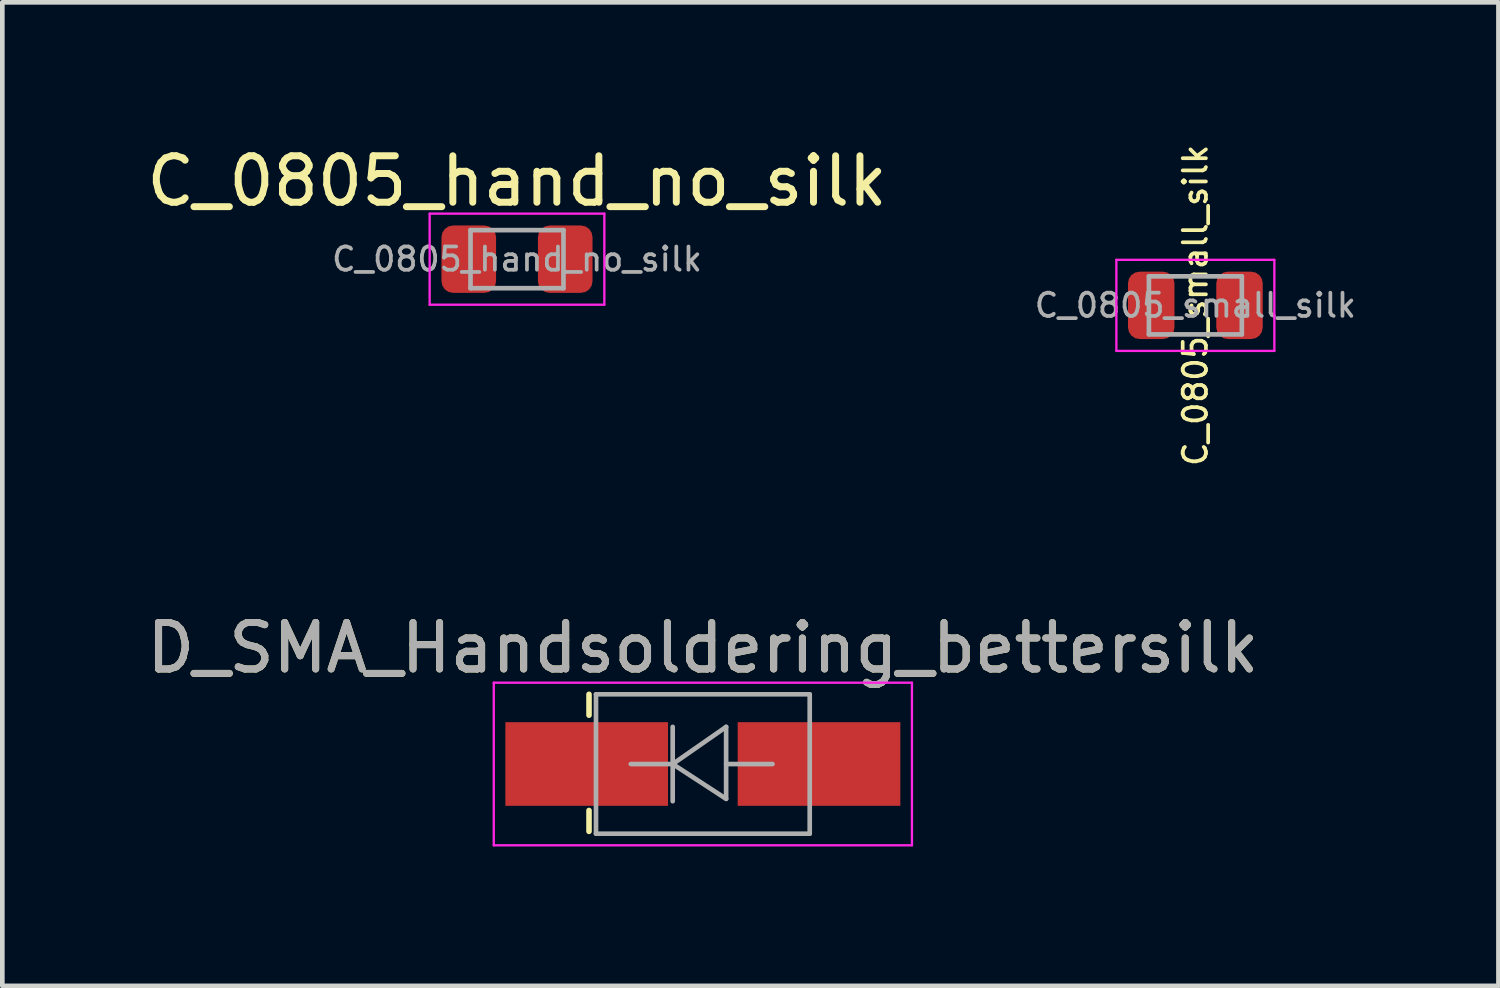
<source format=kicad_pcb>
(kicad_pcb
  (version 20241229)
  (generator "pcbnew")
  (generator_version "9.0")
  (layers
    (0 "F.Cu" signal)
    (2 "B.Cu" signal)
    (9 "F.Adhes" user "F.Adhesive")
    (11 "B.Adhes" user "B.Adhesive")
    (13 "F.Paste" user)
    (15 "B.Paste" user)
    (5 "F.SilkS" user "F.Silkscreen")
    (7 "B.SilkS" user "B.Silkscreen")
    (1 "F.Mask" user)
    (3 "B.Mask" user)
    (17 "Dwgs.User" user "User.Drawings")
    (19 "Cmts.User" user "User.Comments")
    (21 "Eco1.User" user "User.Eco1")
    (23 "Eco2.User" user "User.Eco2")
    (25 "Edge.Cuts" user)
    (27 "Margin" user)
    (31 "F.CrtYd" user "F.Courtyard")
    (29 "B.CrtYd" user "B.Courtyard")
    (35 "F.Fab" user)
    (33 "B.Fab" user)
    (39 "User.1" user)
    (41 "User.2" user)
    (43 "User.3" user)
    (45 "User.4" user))
  (footprint "D_SMA_Handsoldering_bettersilk"
    (layer "F.Cu")
    (at 12.077 13.393)
    (property "Reference" "D_SMA_Handsoldering_bettersilk" (at 0 -2.5 0) (layer "F.SilkS") (effects (font (size 1 1) (thickness 0.15))))
    (attr smd)
    (fp_line (start -2.45 -1.5) (end -2.45 -1.05) (stroke (width 0.12) (type solid)) (layer "F.SilkS"))
    (fp_line (start -2.45 1) (end -2.45 1.45) (stroke (width 0.12) (type solid)) (layer "F.SilkS"))
    (fp_line (start -4.5 -1.75) (end 4.5 -1.75) (stroke (width 0.05) (type solid)) (layer "F.CrtYd"))
    (fp_line (start -4.5 1.75) (end -4.5 -1.75) (stroke (width 0.05) (type solid)) (layer "F.CrtYd"))
    (fp_line (start 4.5 -1.75) (end 4.5 1.75) (stroke (width 0.05) (type solid)) (layer "F.CrtYd"))
    (fp_line (start 4.5 1.75) (end -4.5 1.75) (stroke (width 0.05) (type solid)) (layer "F.CrtYd"))
    (fp_line (start -2.3 1.5) (end -2.3 -1.5) (stroke (width 0.1) (type solid)) (layer "F.Fab"))
    (fp_line (start -0.649 -0.799) (end -0.649 0.801) (stroke (width 0.1) (type solid)) (layer "F.Fab"))
    (fp_line (start -0.649 0.001) (end -1.551 0.001) (stroke (width 0.1) (type solid)) (layer "F.Fab"))
    (fp_line (start -0.649 0.001) (end 0.501 -0.799) (stroke (width 0.1) (type solid)) (layer "F.Fab"))
    (fp_line (start -0.649 0.001) (end 0.501 0.75) (stroke (width 0.1) (type solid)) (layer "F.Fab"))
    (fp_line (start 0.501 0.001) (end 1.499 0.001) (stroke (width 0.1) (type solid)) (layer "F.Fab"))
    (fp_line (start 0.501 0.75) (end 0.501 -0.799) (stroke (width 0.1) (type solid)) (layer "F.Fab"))
    (fp_line (start 2.3 -1.5) (end -2.3 -1.5) (stroke (width 0.1) (type solid)) (layer "F.Fab"))
    (fp_line (start 2.3 -1.5) (end 2.3 1.5) (stroke (width 0.1) (type solid)) (layer "F.Fab"))
    (fp_line (start 2.3 1.5) (end -2.3 1.5) (stroke (width 0.1) (type solid)) (layer "F.Fab"))
    (fp_text user "${REFERENCE}" (at 0 -2.5 0) (layer "F.Fab") (effects (font (size 1 1) (thickness 0.15))))
    (pad "1" smd rect (at -2.5 0) (size 3.5 1.8) (layers "F.Cu" "F.Mask" "F.Paste"))
    (pad "2" smd rect (at 2.5 0) (size 3.5 1.8) (layers "F.Cu" "F.Mask" "F.Paste")))
  (footprint "C_0805_hand_no_silk"
    (layer "F.Cu")
    (at 8.077 2.528)
    (property "Reference" "C_0805_hand_no_silk" (at 0 -1.68 0) (layer "F.SilkS") (effects (font (size 1 1) (thickness 0.15))))
    (attr smd)
    (fp_line (start -1.88 -0.98) (end 1.88 -0.98) (stroke (width 0.05) (type solid)) (layer "F.CrtYd"))
    (fp_line (start -1.88 0.98) (end -1.88 -0.98) (stroke (width 0.05) (type solid)) (layer "F.CrtYd"))
    (fp_line (start 1.88 -0.98) (end 1.88 0.98) (stroke (width 0.05) (type solid)) (layer "F.CrtYd"))
    (fp_line (start 1.88 0.98) (end -1.88 0.98) (stroke (width 0.05) (type solid)) (layer "F.CrtYd"))
    (fp_line (start -1 -0.625) (end 1 -0.625) (stroke (width 0.1) (type solid)) (layer "F.Fab"))
    (fp_line (start -1 0.625) (end -1 -0.625) (stroke (width 0.1) (type solid)) (layer "F.Fab"))
    (fp_line (start 1 -0.625) (end 1 0.625) (stroke (width 0.1) (type solid)) (layer "F.Fab"))
    (fp_line (start 1 0.625) (end -1 0.625) (stroke (width 0.1) (type solid)) (layer "F.Fab"))
    (fp_text user "${REFERENCE}" (at 0 0 0) (layer "F.Fab") (effects (font (size 0.5 0.5) (thickness 0.08))))
    (pad "1" smd roundrect (at -1.038 0) (size 1.175 1.45) (layers "F.Cu" "F.Mask" "F.Paste") (roundrect_rratio 0.213))
    (pad "2" smd roundrect (at 1.038 0) (size 1.175 1.45) (layers "F.Cu" "F.Mask" "F.Paste") (roundrect_rratio 0.213)))
  (footprint "C_0805_small_silk"
    (layer "F.Cu")
    (at 22.677 3.522)
    (property "Reference" "C_0805_small_silk" (at 0 0 90) (layer "F.SilkS") (effects (font (size 0.5 0.5) (thickness 0.08))))
    (attr smd)
    (fp_line (start -1.7 -0.98) (end 1.7 -0.98) (stroke (width 0.05) (type solid)) (layer "F.CrtYd"))
    (fp_line (start -1.7 0.98) (end -1.7 -0.98) (stroke (width 0.05) (type solid)) (layer "F.CrtYd"))
    (fp_line (start 1.7 -0.98) (end 1.7 0.98) (stroke (width 0.05) (type solid)) (layer "F.CrtYd"))
    (fp_line (start 1.7 0.98) (end -1.7 0.98) (stroke (width 0.05) (type solid)) (layer "F.CrtYd"))
    (fp_line (start -1 -0.625) (end 1 -0.625) (stroke (width 0.1) (type solid)) (layer "F.Fab"))
    (fp_line (start -1 0.625) (end -1 -0.625) (stroke (width 0.1) (type solid)) (layer "F.Fab"))
    (fp_line (start 1 -0.625) (end 1 0.625) (stroke (width 0.1) (type solid)) (layer "F.Fab"))
    (fp_line (start 1 0.625) (end -1 0.625) (stroke (width 0.1) (type solid)) (layer "F.Fab"))
    (fp_text user "${REFERENCE}" (at 0 0 0) (layer "F.Fab") (effects (font (size 0.5 0.5) (thickness 0.08))))
    (pad "1" smd roundrect (at -0.95 0) (size 1 1.45) (layers "F.Cu" "F.Mask" "F.Paste") (roundrect_rratio 0.25))
    (pad "2" smd roundrect (at 0.95 0) (size 1 1.45) (layers "F.Cu" "F.Mask" "F.Paste") (roundrect_rratio 0.25)))
  (gr_rect
    (start -3 -3)
    (end 29.2 18.168)
    (stroke (width 0.1) (type default))
    (fill no)
    (layer "Edge.Cuts")))
</source>
